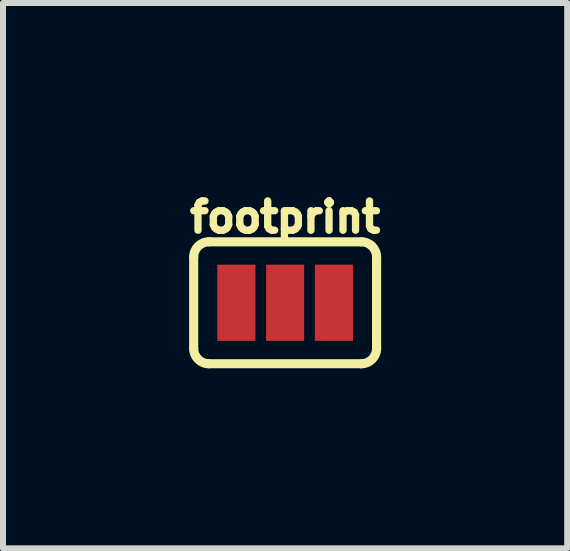
<source format=kicad_pcb>
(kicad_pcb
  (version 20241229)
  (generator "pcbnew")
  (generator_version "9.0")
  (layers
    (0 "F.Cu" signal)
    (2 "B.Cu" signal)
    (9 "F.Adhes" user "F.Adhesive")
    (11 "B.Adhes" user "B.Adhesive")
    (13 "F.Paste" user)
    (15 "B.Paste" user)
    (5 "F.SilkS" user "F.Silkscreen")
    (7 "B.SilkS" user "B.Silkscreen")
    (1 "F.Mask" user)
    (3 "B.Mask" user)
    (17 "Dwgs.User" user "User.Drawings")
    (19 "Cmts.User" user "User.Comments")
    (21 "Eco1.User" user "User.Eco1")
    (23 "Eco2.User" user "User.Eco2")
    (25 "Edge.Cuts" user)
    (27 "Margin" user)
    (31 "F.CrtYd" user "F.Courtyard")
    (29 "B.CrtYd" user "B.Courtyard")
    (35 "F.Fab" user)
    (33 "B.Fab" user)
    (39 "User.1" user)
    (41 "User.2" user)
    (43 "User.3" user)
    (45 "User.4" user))
  (footprint "footprint"
    (layer "F.Cu")
    (at 1.702 1.996)
    (property "Reference" "footprint" (at 0 -1.143 0) (layer "F.SilkS") (effects (font (size 0.488 0.488) (thickness 0.122)) (justify bottom)))
    (fp_line (start -1.524 0.762) (end -1.524 -0.762) (stroke (width 0.152) (type solid)) (layer "F.SilkS"))
    (fp_line (start -1.27 -1.016) (end 1.27 -1.016) (stroke (width 0.152) (type solid)) (layer "F.SilkS"))
    (fp_line (start 1.27 1.016) (end -1.27 1.016) (stroke (width 0.152) (type solid)) (layer "F.SilkS"))
    (fp_line (start 1.524 0.762) (end 1.524 -0.762) (stroke (width 0.152) (type solid)) (layer "F.SilkS"))
    (fp_arc (start -1.524 -0.762) (mid -1.449605 -0.941605) (end -1.27 -1.016) (stroke (width 0.1524) (type solid)) (layer "F.SilkS"))
    (fp_arc (start -1.27 1.016) (mid -1.449605 0.941605) (end -1.524 0.762) (stroke (width 0.1524) (type solid)) (layer "F.SilkS"))
    (fp_arc (start 1.27 -1.016) (mid 1.449605 -0.941605) (end 1.524 -0.762) (stroke (width 0.1524) (type solid)) (layer "F.SilkS"))
    (fp_arc (start 1.524 0.762) (mid 1.449605 0.941605) (end 1.27 1.016) (stroke (width 0.1524) (type solid)) (layer "F.SilkS"))
    (pad "1" smd rect (at -0.813 0) (size 0.635 1.27) (layers "F.Cu" "F.Mask"))
    (pad "2" smd rect (at 0 0) (size 0.635 1.27) (layers "F.Cu" "F.Mask"))
    (pad "3" smd rect (at 0.813 0) (size 0.635 1.27) (layers "F.Cu" "F.Mask")))
  (gr_rect
    (start -3 -3)
    (end 6.403 6.089)
    (stroke (width 0.1) (type default))
    (fill no)
    (layer "Edge.Cuts")))
</source>
